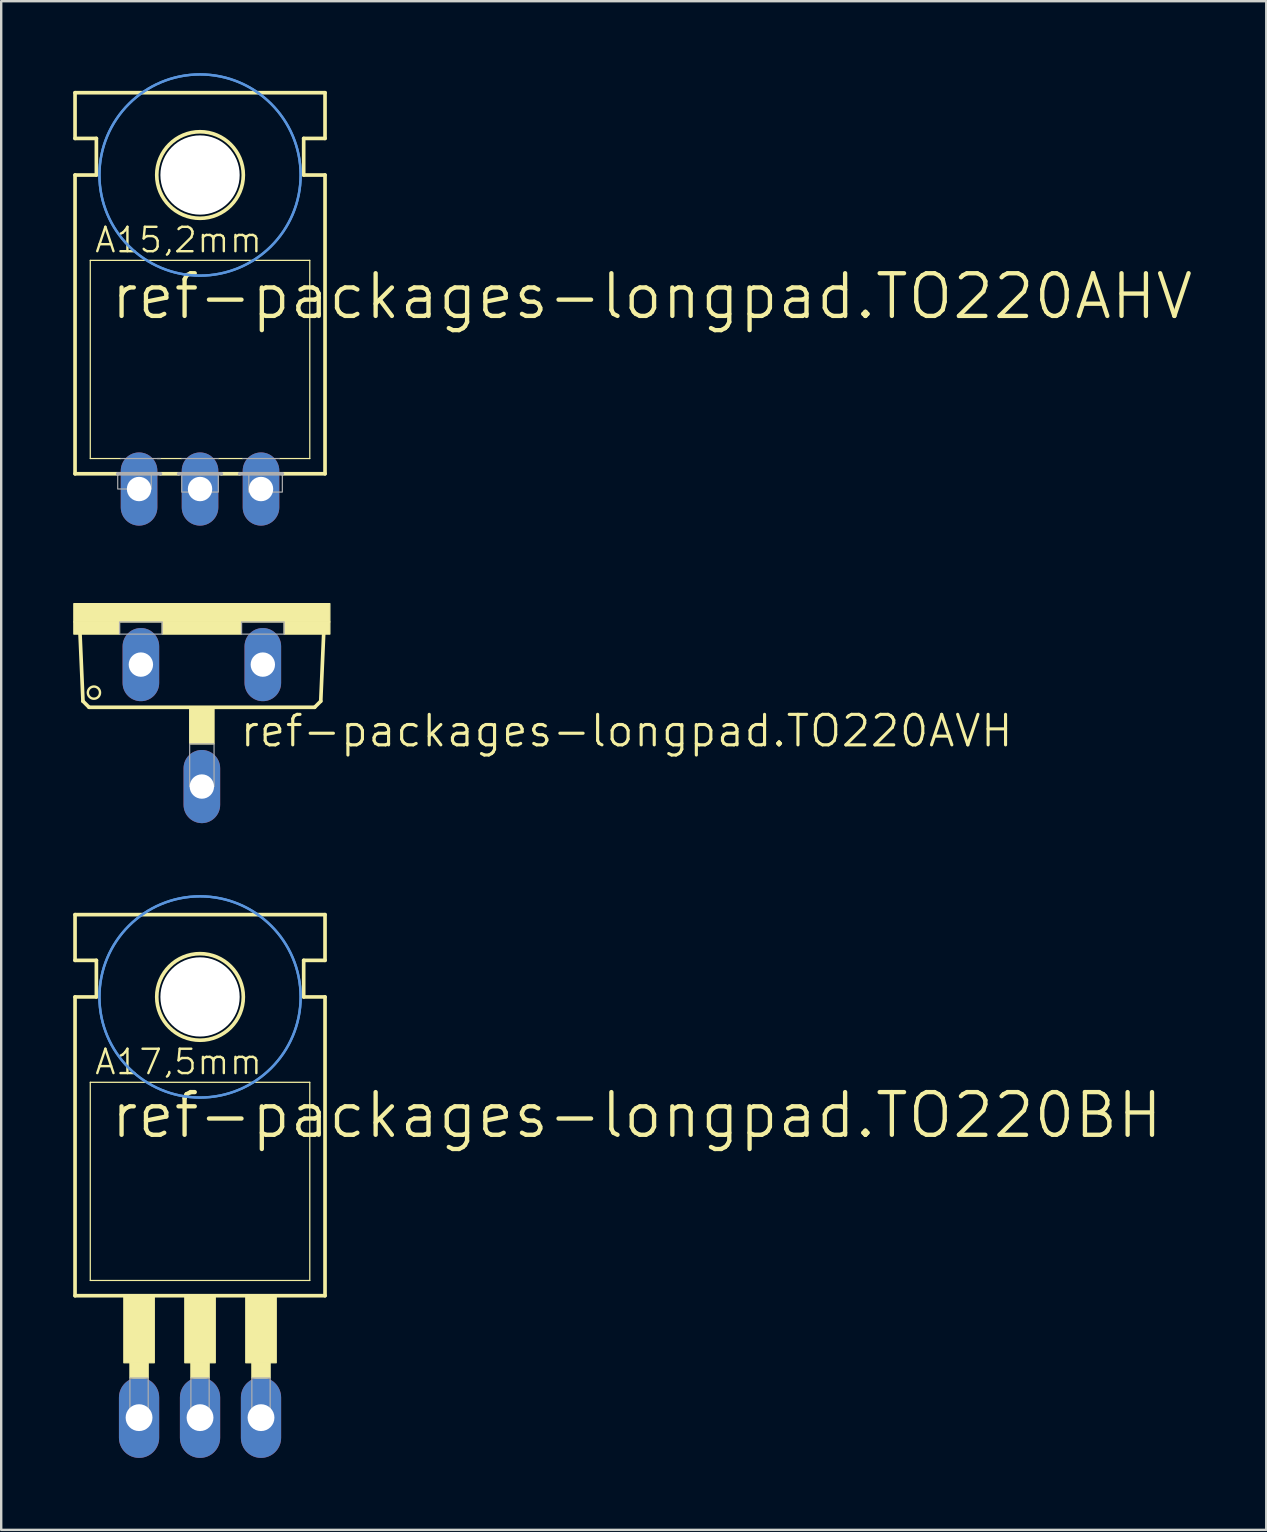
<source format=kicad_pcb>
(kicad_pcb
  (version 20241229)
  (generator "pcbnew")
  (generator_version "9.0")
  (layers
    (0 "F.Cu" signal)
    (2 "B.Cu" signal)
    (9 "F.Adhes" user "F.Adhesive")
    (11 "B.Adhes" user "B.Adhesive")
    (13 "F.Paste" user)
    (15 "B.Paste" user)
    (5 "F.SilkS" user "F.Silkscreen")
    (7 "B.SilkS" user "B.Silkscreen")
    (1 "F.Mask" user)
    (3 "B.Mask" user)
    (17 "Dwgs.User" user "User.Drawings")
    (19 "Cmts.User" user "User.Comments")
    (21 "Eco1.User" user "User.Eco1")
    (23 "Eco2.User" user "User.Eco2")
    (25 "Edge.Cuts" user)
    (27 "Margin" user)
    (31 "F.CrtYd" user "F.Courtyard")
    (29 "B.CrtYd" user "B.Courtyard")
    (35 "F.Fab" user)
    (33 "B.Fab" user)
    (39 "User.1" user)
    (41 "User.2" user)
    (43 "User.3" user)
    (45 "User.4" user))
  (footprint "ref-packages-longpad.TO220AHV"
    (layer "F.Cu")
    (at 5.283 15.417)
    (property "Reference" "ref-packages-longpad.TO220AHV" (at -3.81 -5.08 0) (layer "F.SilkS") (effects (font (size 1.778 1.778) (thickness 0.18)) (justify left bottom)))
    (attr through_hole)
    (fp_line (start -5.207 -12.7) (end -5.207 -14.605) (stroke (width 0.152) (type default)) (layer "F.SilkS"))
    (fp_line (start -5.207 -11.176) (end -4.318 -11.176) (stroke (width 0.152) (type default)) (layer "F.SilkS"))
    (fp_line (start -5.207 1.27) (end -5.207 -11.176) (stroke (width 0.152) (type default)) (layer "F.SilkS"))
    (fp_line (start -5.207 1.27) (end -3.429 1.27) (stroke (width 0.152) (type default)) (layer "F.SilkS"))
    (fp_line (start -4.572 0.635) (end -4.572 -7.62) (stroke (width 0.051) (type default)) (layer "F.SilkS"))
    (fp_line (start -4.572 0.635) (end -3.302 0.635) (stroke (width 0.051) (type default)) (layer "F.SilkS"))
    (fp_line (start -4.318 -12.7) (end -5.207 -12.7) (stroke (width 0.152) (type default)) (layer "F.SilkS"))
    (fp_line (start -4.318 -11.176) (end -4.318 -12.7) (stroke (width 0.152) (type default)) (layer "F.SilkS"))
    (fp_line (start -1.651 1.27) (end -0.889 1.27) (stroke (width 0.152) (type default)) (layer "F.SilkS"))
    (fp_line (start -0.762 0.635) (end -1.778 0.635) (stroke (width 0.051) (type default)) (layer "F.SilkS"))
    (fp_line (start 0.889 1.27) (end 1.651 1.27) (stroke (width 0.152) (type default)) (layer "F.SilkS"))
    (fp_line (start 1.778 0.635) (end 0.762 0.635) (stroke (width 0.051) (type default)) (layer "F.SilkS"))
    (fp_line (start 3.429 1.27) (end 5.207 1.27) (stroke (width 0.152) (type default)) (layer "F.SilkS"))
    (fp_line (start 4.318 -12.7) (end 5.207 -12.7) (stroke (width 0.152) (type default)) (layer "F.SilkS"))
    (fp_line (start 4.318 -11.176) (end 4.318 -12.7) (stroke (width 0.152) (type default)) (layer "F.SilkS"))
    (fp_line (start 4.572 -7.62) (end -4.572 -7.62) (stroke (width 0.051) (type default)) (layer "F.SilkS"))
    (fp_line (start 4.572 -7.62) (end 4.572 0.635) (stroke (width 0.051) (type default)) (layer "F.SilkS"))
    (fp_line (start 4.572 0.635) (end 3.302 0.635) (stroke (width 0.051) (type default)) (layer "F.SilkS"))
    (fp_line (start 5.207 -14.605) (end -5.207 -14.605) (stroke (width 0.152) (type default)) (layer "F.SilkS"))
    (fp_line (start 5.207 -12.7) (end 5.207 -14.605) (stroke (width 0.152) (type default)) (layer "F.SilkS"))
    (fp_line (start 5.207 -11.176) (end 4.318 -11.176) (stroke (width 0.152) (type default)) (layer "F.SilkS"))
    (fp_line (start 5.207 1.27) (end 5.207 -11.176) (stroke (width 0.152) (type default)) (layer "F.SilkS"))
    (fp_circle (center 0 -11.176) (end 1.803 -11.176) (stroke (width 0.152) (type default)) (fill no) (layer "F.SilkS"))
    (fp_circle (center 0 -11.176) (end 4.191 -11.176) (stroke (width 0.1) (type default)) (fill no) (layer "Cmts.User"))
    (fp_circle (center 0 -11.176) (end 4.191 -11.176) (stroke (width 0.1) (type default)) (fill no) (layer "Cmts.User"))
    (fp_line (start -3.429 1.27) (end -1.651 1.27) (stroke (width 0.152) (type default)) (layer "F.Fab"))
    (fp_line (start -3.302 0.635) (end -1.651 0.635) (stroke (width 0.051) (type default)) (layer "F.Fab"))
    (fp_line (start -0.889 1.27) (end 0.889 1.27) (stroke (width 0.152) (type default)) (layer "F.Fab"))
    (fp_line (start 0.762 0.635) (end -0.762 0.635) (stroke (width 0.051) (type default)) (layer "F.Fab"))
    (fp_line (start 1.651 1.27) (end 3.429 1.27) (stroke (width 0.152) (type default)) (layer "F.Fab"))
    (fp_line (start 3.302 0.635) (end 1.778 0.635) (stroke (width 0.051) (type default)) (layer "F.Fab"))
    (fp_rect (start -3.429 1.905) (end -2.032 1.27) (stroke (width 0.05) (type default)) (fill no) (layer "F.Fab"))
    (fp_rect (start -0.762 2.032) (end 0.762 1.27) (stroke (width 0.05) (type default)) (fill no) (layer "F.Fab"))
    (fp_rect (start 2.032 2.032) (end 3.429 1.27) (stroke (width 0.05) (type default)) (fill no) (layer "F.Fab"))
    (fp_text user "A15,2mm" (at -4.445 -7.874 0) (layer "F.SilkS") (effects (font (size 1.016 1.016) (thickness 0.1)) (justify left bottom)))
    (pad "" np_thru_hole circle (at 0 -11.176) (size 3.302 3.302) (drill 3.302) (layers "*.Cu" "*.Mask"))
    (pad "B" thru_hole oval (at -2.54 1.905 90) (size 3.048 1.524) (drill 1.016) (layers "*.Cu" "*.Mask"))
    (pad "C" thru_hole oval (at 0 1.905 90) (size 3.048 1.524) (drill 1.016) (layers "*.Cu" "*.Mask"))
    (pad "E" thru_hole oval (at 2.54 1.905 90) (size 3.048 1.524) (drill 1.016) (layers "*.Cu" "*.Mask")))
  (footprint "ref-packages-longpad.TO220BH"
    (layer "F.Cu")
    (at 5.283 49.657)
    (property "Reference" "ref-packages-longpad.TO220BH" (at -3.81 -5.207 0) (layer "F.SilkS") (effects (font (size 1.778 1.778) (thickness 0.18)) (justify left bottom)))
    (attr through_hole)
    (fp_line (start -5.207 -12.7) (end -5.207 -14.605) (stroke (width 0.152) (type default)) (layer "F.SilkS"))
    (fp_line (start -5.207 -11.176) (end -4.318 -11.176) (stroke (width 0.152) (type default)) (layer "F.SilkS"))
    (fp_line (start -5.207 1.27) (end -5.207 -11.176) (stroke (width 0.152) (type default)) (layer "F.SilkS"))
    (fp_line (start -5.207 1.27) (end 5.207 1.27) (stroke (width 0.152) (type default)) (layer "F.SilkS"))
    (fp_line (start -4.572 0.635) (end -4.572 -7.62) (stroke (width 0.051) (type default)) (layer "F.SilkS"))
    (fp_line (start -4.572 0.635) (end 4.572 0.635) (stroke (width 0.051) (type default)) (layer "F.SilkS"))
    (fp_line (start -4.318 -12.7) (end -5.207 -12.7) (stroke (width 0.152) (type default)) (layer "F.SilkS"))
    (fp_line (start -4.318 -11.176) (end -4.318 -12.7) (stroke (width 0.152) (type default)) (layer "F.SilkS"))
    (fp_line (start 4.318 -12.7) (end 5.207 -12.7) (stroke (width 0.152) (type default)) (layer "F.SilkS"))
    (fp_line (start 4.318 -11.176) (end 4.318 -12.7) (stroke (width 0.152) (type default)) (layer "F.SilkS"))
    (fp_line (start 4.572 -7.62) (end -4.572 -7.62) (stroke (width 0.051) (type default)) (layer "F.SilkS"))
    (fp_line (start 4.572 -7.62) (end 4.572 0.635) (stroke (width 0.051) (type default)) (layer "F.SilkS"))
    (fp_line (start 5.207 -14.605) (end -5.207 -14.605) (stroke (width 0.152) (type default)) (layer "F.SilkS"))
    (fp_line (start 5.207 -12.7) (end 5.207 -14.605) (stroke (width 0.152) (type default)) (layer "F.SilkS"))
    (fp_line (start 5.207 -11.176) (end 4.318 -11.176) (stroke (width 0.152) (type default)) (layer "F.SilkS"))
    (fp_line (start 5.207 1.27) (end 5.207 -11.176) (stroke (width 0.152) (type default)) (layer "F.SilkS"))
    (fp_rect (start -3.175 4.064) (end -1.905 1.27) (stroke (width 0.05) (type default)) (fill yes) (layer "F.SilkS"))
    (fp_rect (start -2.921 4.699) (end -2.159 4.064) (stroke (width 0.05) (type default)) (fill yes) (layer "F.SilkS"))
    (fp_rect (start -0.635 4.064) (end 0.635 1.27) (stroke (width 0.05) (type default)) (fill yes) (layer "F.SilkS"))
    (fp_rect (start -0.381 4.699) (end 0.381 4.064) (stroke (width 0.05) (type default)) (fill yes) (layer "F.SilkS"))
    (fp_rect (start 1.905 4.064) (end 3.175 1.27) (stroke (width 0.05) (type default)) (fill yes) (layer "F.SilkS"))
    (fp_rect (start 2.159 4.699) (end 2.921 4.064) (stroke (width 0.05) (type default)) (fill yes) (layer "F.SilkS"))
    (fp_circle (center 0 -11.176) (end 1.803 -11.176) (stroke (width 0.152) (type default)) (fill no) (layer "F.SilkS"))
    (fp_circle (center 0 -11.176) (end 4.191 -11.176) (stroke (width 0.1) (type default)) (fill no) (layer "Cmts.User"))
    (fp_circle (center 0 -11.176) (end 4.191 -11.176) (stroke (width 0.1) (type default)) (fill no) (layer "Cmts.User"))
    (fp_rect (start -2.921 6.604) (end -2.159 4.699) (stroke (width 0.05) (type default)) (fill no) (layer "F.Fab"))
    (fp_rect (start -0.381 6.604) (end 0.381 4.699) (stroke (width 0.05) (type default)) (fill no) (layer "F.Fab"))
    (fp_rect (start 2.159 6.604) (end 2.921 4.699) (stroke (width 0.05) (type default)) (fill no) (layer "F.Fab"))
    (fp_text user "A17,5mm" (at -4.445 -7.874 0) (layer "F.SilkS") (effects (font (size 1.016 1.016) (thickness 0.1)) (justify left bottom)))
    (pad "" np_thru_hole circle (at 0 -11.176) (size 3.302 3.302) (drill 3.302) (layers "*.Cu" "*.Mask"))
    (pad "G" thru_hole oval (at 2.54 6.35 90) (size 3.353 1.676) (drill 1.118) (layers "*.Cu" "*.Mask"))
    (pad "T1" thru_hole oval (at -2.54 6.35 90) (size 3.353 1.676) (drill 1.118) (layers "*.Cu" "*.Mask"))
    (pad "T2" thru_hole oval (at 0 6.35 90) (size 3.353 1.676) (drill 1.118) (layers "*.Cu" "*.Mask")))
  (footprint "ref-packages-longpad.TO220AVH"
    (layer "F.Cu")
    (at 5.359 22.096)
    (property "Reference" "ref-packages-longpad.TO220AVH" (at 1.524 6.045 0) (layer "F.SilkS") (effects (font (size 1.27 1.27) (thickness 0.13)) (justify left bottom)))
    (attr through_hole)
    (fp_line (start -4.953 4.064) (end -5.08 1.143) (stroke (width 0.152) (type default)) (layer "F.SilkS"))
    (fp_line (start -4.953 4.064) (end -4.699 4.318) (stroke (width 0.152) (type default)) (layer "F.SilkS"))
    (fp_line (start 4.699 4.318) (end -4.699 4.318) (stroke (width 0.152) (type default)) (layer "F.SilkS"))
    (fp_line (start 4.699 4.318) (end 4.953 4.064) (stroke (width 0.152) (type default)) (layer "F.SilkS"))
    (fp_line (start 5.08 1.143) (end 4.953 4.064) (stroke (width 0.152) (type default)) (layer "F.SilkS"))
    (fp_rect (start -5.334 0.762) (end 5.334 0) (stroke (width 0.05) (type default)) (fill yes) (layer "F.SilkS"))
    (fp_rect (start -5.334 1.27) (end -3.429 0.762) (stroke (width 0.05) (type default)) (fill yes) (layer "F.SilkS"))
    (fp_rect (start -1.651 1.27) (end 1.651 0.762) (stroke (width 0.05) (type default)) (fill yes) (layer "F.SilkS"))
    (fp_rect (start -0.508 5.842) (end 0.508 4.318) (stroke (width 0.05) (type default)) (fill yes) (layer "F.SilkS"))
    (fp_rect (start 3.429 1.27) (end 5.334 0.762) (stroke (width 0.05) (type default)) (fill yes) (layer "F.SilkS"))
    (fp_circle (center -4.496 3.708) (end -4.242 3.708) (stroke (width 0.1) (type default)) (fill no) (layer "F.SilkS"))
    (fp_rect (start -3.429 1.27) (end -1.651 0.762) (stroke (width 0.05) (type default)) (fill no) (layer "F.Fab"))
    (fp_rect (start -0.508 7.62) (end 0.508 5.842) (stroke (width 0.05) (type default)) (fill no) (layer "F.Fab"))
    (fp_rect (start 1.651 1.27) (end 3.429 0.762) (stroke (width 0.05) (type default)) (fill no) (layer "F.Fab"))
    (pad "B" thru_hole oval (at -2.54 2.54 90) (size 3.048 1.524) (drill 1.016) (layers "*.Cu" "*.Mask"))
    (pad "C" thru_hole oval (at 0 7.62 90) (size 3.048 1.524) (drill 1.016) (layers "*.Cu" "*.Mask"))
    (pad "E" thru_hole oval (at 2.54 2.54 90) (size 3.048 1.524) (drill 1.016) (layers "*.Cu" "*.Mask")))
  (gr_rect
    (start -3 -3)
    (end 49.7 60.683)
    (stroke (width 0.1) (type default))
    (fill no)
    (layer "Edge.Cuts")))
</source>
